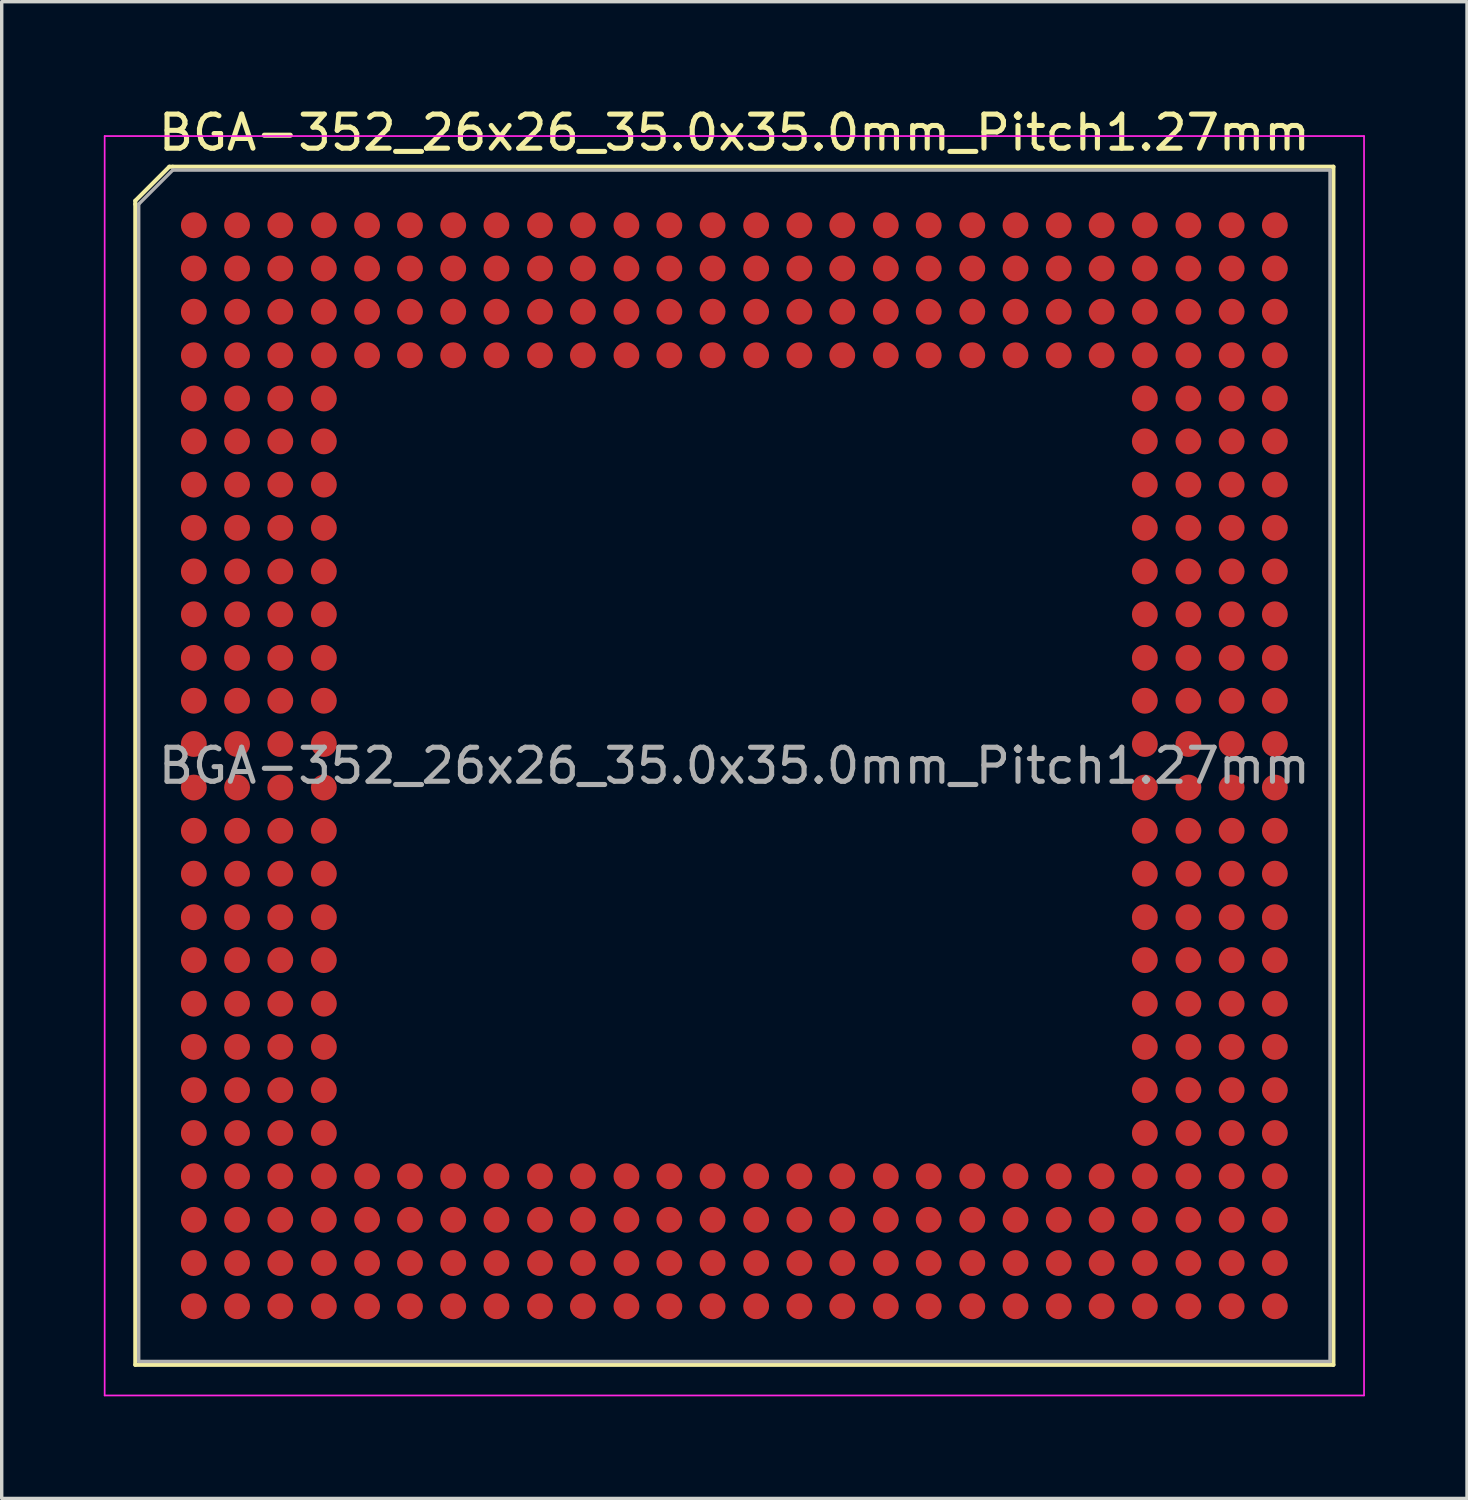
<source format=kicad_pcb>
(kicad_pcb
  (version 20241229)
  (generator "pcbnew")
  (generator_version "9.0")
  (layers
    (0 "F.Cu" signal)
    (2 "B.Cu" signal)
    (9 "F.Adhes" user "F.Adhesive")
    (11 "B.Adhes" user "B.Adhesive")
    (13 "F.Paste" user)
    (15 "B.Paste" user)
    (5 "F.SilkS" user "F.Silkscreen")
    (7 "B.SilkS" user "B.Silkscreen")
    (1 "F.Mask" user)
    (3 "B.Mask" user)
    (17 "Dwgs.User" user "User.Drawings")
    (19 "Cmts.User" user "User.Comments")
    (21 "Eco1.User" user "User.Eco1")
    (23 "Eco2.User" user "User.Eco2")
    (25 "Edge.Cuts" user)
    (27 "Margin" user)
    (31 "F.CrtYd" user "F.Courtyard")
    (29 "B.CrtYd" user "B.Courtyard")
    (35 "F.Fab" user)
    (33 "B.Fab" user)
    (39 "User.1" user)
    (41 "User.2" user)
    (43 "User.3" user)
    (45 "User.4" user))
  (footprint "BGA-352_26x26_35.0x35.0mm_Pitch1.27mm"
    (layer "F.Cu")
    (at 18.525 19.448)
    (property "Reference" "BGA-352_26x26_35.0x35.0mm_Pitch1.27mm" (at 0 -18.6 0) (layer "F.SilkS") (effects (font (size 1 1) (thickness 0.15))))
    (attr smd)
    (fp_line (start -17.6 -16.6) (end -16.6 -17.6) (stroke (width 0.12) (type solid)) (layer "F.SilkS"))
    (fp_line (start -17.6 -16.5) (end -17.6 -16.6) (stroke (width 0.12) (type solid)) (layer "F.SilkS"))
    (fp_line (start -17.6 17.6) (end -17.6 -16.5) (stroke (width 0.12) (type solid)) (layer "F.SilkS"))
    (fp_line (start -16.6 -17.6) (end -16.5 -17.6) (stroke (width 0.12) (type solid)) (layer "F.SilkS"))
    (fp_line (start -16.5 -17.6) (end 17.6 -17.6) (stroke (width 0.12) (type solid)) (layer "F.SilkS"))
    (fp_line (start 17.6 -17.6) (end 17.6 17.6) (stroke (width 0.12) (type solid)) (layer "F.SilkS"))
    (fp_line (start 17.6 17.6) (end -17.6 17.6) (stroke (width 0.12) (type solid)) (layer "F.SilkS"))
    (fp_line (start -18.5 -18.5) (end -18.5 18.5) (stroke (width 0.05) (type solid)) (layer "F.CrtYd"))
    (fp_line (start -18.5 -18.5) (end 18.5 -18.5) (stroke (width 0.05) (type solid)) (layer "F.CrtYd"))
    (fp_line (start 18.5 18.5) (end -18.5 18.5) (stroke (width 0.05) (type solid)) (layer "F.CrtYd"))
    (fp_line (start 18.5 18.5) (end 18.5 -18.5) (stroke (width 0.05) (type solid)) (layer "F.CrtYd"))
    (fp_line (start -17.5 -16.5) (end -17.5 17.5) (stroke (width 0.1) (type solid)) (layer "F.Fab"))
    (fp_line (start -17.5 17.5) (end 17.5 17.5) (stroke (width 0.1) (type solid)) (layer "F.Fab"))
    (fp_line (start -16.5 -17.5) (end -17.5 -16.5) (stroke (width 0.1) (type solid)) (layer "F.Fab"))
    (fp_line (start 17.5 -17.5) (end -16.5 -17.5) (stroke (width 0.1) (type solid)) (layer "F.Fab"))
    (fp_line (start 17.5 17.5) (end 17.5 -17.5) (stroke (width 0.1) (type solid)) (layer "F.Fab"))
    (fp_text user "${REFERENCE}" (at 0 0 0) (layer "F.Fab") (effects (font (size 1 1) (thickness 0.15))))
    (pad "A1" smd circle (at -15.88 -15.88) (size 0.76 0.76) (layers "F.Cu" "F.Mask" "F.Paste"))
    (pad "A2" smd circle (at -14.61 -15.88) (size 0.76 0.76) (layers "F.Cu" "F.Mask" "F.Paste"))
    (pad "A3" smd circle (at -13.34 -15.88) (size 0.76 0.76) (layers "F.Cu" "F.Mask" "F.Paste"))
    (pad "A4" smd circle (at -12.06 -15.88) (size 0.76 0.76) (layers "F.Cu" "F.Mask" "F.Paste"))
    (pad "A5" smd circle (at -10.79 -15.88) (size 0.76 0.76) (layers "F.Cu" "F.Mask" "F.Paste"))
    (pad "A6" smd circle (at -9.53 -15.88) (size 0.76 0.76) (layers "F.Cu" "F.Mask" "F.Paste"))
    (pad "A7" smd circle (at -8.26 -15.88) (size 0.76 0.76) (layers "F.Cu" "F.Mask" "F.Paste"))
    (pad "A8" smd circle (at -6.99 -15.88) (size 0.76 0.76) (layers "F.Cu" "F.Mask" "F.Paste"))
    (pad "A9" smd circle (at -5.71 -15.88) (size 0.76 0.76) (layers "F.Cu" "F.Mask" "F.Paste"))
    (pad "A10" smd circle (at -4.45 -15.88) (size 0.76 0.76) (layers "F.Cu" "F.Mask" "F.Paste"))
    (pad "A11" smd circle (at -3.17 -15.88) (size 0.76 0.76) (layers "F.Cu" "F.Mask" "F.Paste"))
    (pad "A12" smd circle (at -1.91 -15.88) (size 0.76 0.76) (layers "F.Cu" "F.Mask" "F.Paste"))
    (pad "A13" smd circle (at -0.64 -15.88) (size 0.76 0.76) (layers "F.Cu" "F.Mask" "F.Paste"))
    (pad "A14" smd circle (at 0.64 -15.88) (size 0.76 0.76) (layers "F.Cu" "F.Mask" "F.Paste"))
    (pad "A15" smd circle (at 1.91 -15.88) (size 0.76 0.76) (layers "F.Cu" "F.Mask" "F.Paste"))
    (pad "A16" smd circle (at 3.17 -15.88) (size 0.76 0.76) (layers "F.Cu" "F.Mask" "F.Paste"))
    (pad "A17" smd circle (at 4.45 -15.88) (size 0.76 0.76) (layers "F.Cu" "F.Mask" "F.Paste"))
    (pad "A18" smd circle (at 5.71 -15.88) (size 0.76 0.76) (layers "F.Cu" "F.Mask" "F.Paste"))
    (pad "A19" smd circle (at 6.99 -15.88) (size 0.76 0.76) (layers "F.Cu" "F.Mask" "F.Paste"))
    (pad "A20" smd circle (at 8.26 -15.88) (size 0.76 0.76) (layers "F.Cu" "F.Mask" "F.Paste"))
    (pad "A21" smd circle (at 9.53 -15.88) (size 0.76 0.76) (layers "F.Cu" "F.Mask" "F.Paste"))
    (pad "A22" smd circle (at 10.79 -15.88) (size 0.76 0.76) (layers "F.Cu" "F.Mask" "F.Paste"))
    (pad "A23" smd circle (at 12.06 -15.88) (size 0.76 0.76) (layers "F.Cu" "F.Mask" "F.Paste"))
    (pad "A24" smd circle (at 13.34 -15.88) (size 0.76 0.76) (layers "F.Cu" "F.Mask" "F.Paste"))
    (pad "A25" smd circle (at 14.61 -15.88) (size 0.76 0.76) (layers "F.Cu" "F.Mask" "F.Paste"))
    (pad "A26" smd circle (at 15.88 -15.88) (size 0.76 0.76) (layers "F.Cu" "F.Mask" "F.Paste"))
    (pad "AA1" smd circle (at -15.88 9.53) (size 0.76 0.76) (layers "F.Cu" "F.Mask" "F.Paste"))
    (pad "AA2" smd circle (at -14.61 9.53) (size 0.76 0.76) (layers "F.Cu" "F.Mask" "F.Paste"))
    (pad "AA3" smd circle (at -13.34 9.53) (size 0.76 0.76) (layers "F.Cu" "F.Mask" "F.Paste"))
    (pad "AA4" smd circle (at -12.06 9.53) (size 0.76 0.76) (layers "F.Cu" "F.Mask" "F.Paste"))
    (pad "AA23" smd circle (at 12.06 9.53) (size 0.76 0.76) (layers "F.Cu" "F.Mask" "F.Paste"))
    (pad "AA24" smd circle (at 13.34 9.53) (size 0.76 0.76) (layers "F.Cu" "F.Mask" "F.Paste"))
    (pad "AA25" smd circle (at 14.61 9.53) (size 0.76 0.76) (layers "F.Cu" "F.Mask" "F.Paste"))
    (pad "AA26" smd circle (at 15.88 9.53) (size 0.76 0.76) (layers "F.Cu" "F.Mask" "F.Paste"))
    (pad "AB1" smd circle (at -15.88 10.79) (size 0.76 0.76) (layers "F.Cu" "F.Mask" "F.Paste"))
    (pad "AB2" smd circle (at -14.61 10.79) (size 0.76 0.76) (layers "F.Cu" "F.Mask" "F.Paste"))
    (pad "AB3" smd circle (at -13.34 10.79) (size 0.76 0.76) (layers "F.Cu" "F.Mask" "F.Paste"))
    (pad "AB4" smd circle (at -12.06 10.79) (size 0.76 0.76) (layers "F.Cu" "F.Mask" "F.Paste"))
    (pad "AB23" smd circle (at 12.06 10.79) (size 0.76 0.76) (layers "F.Cu" "F.Mask" "F.Paste"))
    (pad "AB24" smd circle (at 13.34 10.79) (size 0.76 0.76) (layers "F.Cu" "F.Mask" "F.Paste"))
    (pad "AB25" smd circle (at 14.61 10.79) (size 0.76 0.76) (layers "F.Cu" "F.Mask" "F.Paste"))
    (pad "AB26" smd circle (at 15.88 10.79) (size 0.76 0.76) (layers "F.Cu" "F.Mask" "F.Paste"))
    (pad "AC1" smd circle (at -15.88 12.06) (size 0.76 0.76) (layers "F.Cu" "F.Mask" "F.Paste"))
    (pad "AC2" smd circle (at -14.61 12.06) (size 0.76 0.76) (layers "F.Cu" "F.Mask" "F.Paste"))
    (pad "AC3" smd circle (at -13.34 12.06) (size 0.76 0.76) (layers "F.Cu" "F.Mask" "F.Paste"))
    (pad "AC4" smd circle (at -12.06 12.06) (size 0.76 0.76) (layers "F.Cu" "F.Mask" "F.Paste"))
    (pad "AC5" smd circle (at -10.79 12.06) (size 0.76 0.76) (layers "F.Cu" "F.Mask" "F.Paste"))
    (pad "AC6" smd circle (at -9.53 12.06) (size 0.76 0.76) (layers "F.Cu" "F.Mask" "F.Paste"))
    (pad "AC7" smd circle (at -8.26 12.06) (size 0.76 0.76) (layers "F.Cu" "F.Mask" "F.Paste"))
    (pad "AC8" smd circle (at -6.99 12.06) (size 0.76 0.76) (layers "F.Cu" "F.Mask" "F.Paste"))
    (pad "AC9" smd circle (at -5.71 12.06) (size 0.76 0.76) (layers "F.Cu" "F.Mask" "F.Paste"))
    (pad "AC10" smd circle (at -4.45 12.06) (size 0.76 0.76) (layers "F.Cu" "F.Mask" "F.Paste"))
    (pad "AC11" smd circle (at -3.17 12.06) (size 0.76 0.76) (layers "F.Cu" "F.Mask" "F.Paste"))
    (pad "AC12" smd circle (at -1.91 12.06) (size 0.76 0.76) (layers "F.Cu" "F.Mask" "F.Paste"))
    (pad "AC13" smd circle (at -0.64 12.06) (size 0.76 0.76) (layers "F.Cu" "F.Mask" "F.Paste"))
    (pad "AC14" smd circle (at 0.64 12.06) (size 0.76 0.76) (layers "F.Cu" "F.Mask" "F.Paste"))
    (pad "AC15" smd circle (at 1.91 12.06) (size 0.76 0.76) (layers "F.Cu" "F.Mask" "F.Paste"))
    (pad "AC16" smd circle (at 3.17 12.06) (size 0.76 0.76) (layers "F.Cu" "F.Mask" "F.Paste"))
    (pad "AC17" smd circle (at 4.45 12.06) (size 0.76 0.76) (layers "F.Cu" "F.Mask" "F.Paste"))
    (pad "AC18" smd circle (at 5.71 12.06) (size 0.76 0.76) (layers "F.Cu" "F.Mask" "F.Paste"))
    (pad "AC19" smd circle (at 6.99 12.06) (size 0.76 0.76) (layers "F.Cu" "F.Mask" "F.Paste"))
    (pad "AC20" smd circle (at 8.26 12.06) (size 0.76 0.76) (layers "F.Cu" "F.Mask" "F.Paste"))
    (pad "AC21" smd circle (at 9.53 12.06) (size 0.76 0.76) (layers "F.Cu" "F.Mask" "F.Paste"))
    (pad "AC22" smd circle (at 10.79 12.06) (size 0.76 0.76) (layers "F.Cu" "F.Mask" "F.Paste"))
    (pad "AC23" smd circle (at 12.06 12.06) (size 0.76 0.76) (layers "F.Cu" "F.Mask" "F.Paste"))
    (pad "AC24" smd circle (at 13.34 12.06) (size 0.76 0.76) (layers "F.Cu" "F.Mask" "F.Paste"))
    (pad "AC25" smd circle (at 14.61 12.06) (size 0.76 0.76) (layers "F.Cu" "F.Mask" "F.Paste"))
    (pad "AC26" smd circle (at 15.88 12.06) (size 0.76 0.76) (layers "F.Cu" "F.Mask" "F.Paste"))
    (pad "AD1" smd circle (at -15.88 13.34) (size 0.76 0.76) (layers "F.Cu" "F.Mask" "F.Paste"))
    (pad "AD2" smd circle (at -14.61 13.34) (size 0.76 0.76) (layers "F.Cu" "F.Mask" "F.Paste"))
    (pad "AD3" smd circle (at -13.34 13.34) (size 0.76 0.76) (layers "F.Cu" "F.Mask" "F.Paste"))
    (pad "AD4" smd circle (at -12.06 13.34) (size 0.76 0.76) (layers "F.Cu" "F.Mask" "F.Paste"))
    (pad "AD5" smd circle (at -10.79 13.34) (size 0.76 0.76) (layers "F.Cu" "F.Mask" "F.Paste"))
    (pad "AD6" smd circle (at -9.53 13.34) (size 0.76 0.76) (layers "F.Cu" "F.Mask" "F.Paste"))
    (pad "AD7" smd circle (at -8.26 13.34) (size 0.76 0.76) (layers "F.Cu" "F.Mask" "F.Paste"))
    (pad "AD8" smd circle (at -6.99 13.34) (size 0.76 0.76) (layers "F.Cu" "F.Mask" "F.Paste"))
    (pad "AD9" smd circle (at -5.71 13.34) (size 0.76 0.76) (layers "F.Cu" "F.Mask" "F.Paste"))
    (pad "AD10" smd circle (at -4.45 13.34) (size 0.76 0.76) (layers "F.Cu" "F.Mask" "F.Paste"))
    (pad "AD11" smd circle (at -3.17 13.34) (size 0.76 0.76) (layers "F.Cu" "F.Mask" "F.Paste"))
    (pad "AD12" smd circle (at -1.91 13.34) (size 0.76 0.76) (layers "F.Cu" "F.Mask" "F.Paste"))
    (pad "AD13" smd circle (at -0.64 13.34) (size 0.76 0.76) (layers "F.Cu" "F.Mask" "F.Paste"))
    (pad "AD14" smd circle (at 0.64 13.34) (size 0.76 0.76) (layers "F.Cu" "F.Mask" "F.Paste"))
    (pad "AD15" smd circle (at 1.91 13.34) (size 0.76 0.76) (layers "F.Cu" "F.Mask" "F.Paste"))
    (pad "AD16" smd circle (at 3.17 13.34) (size 0.76 0.76) (layers "F.Cu" "F.Mask" "F.Paste"))
    (pad "AD17" smd circle (at 4.45 13.34) (size 0.76 0.76) (layers "F.Cu" "F.Mask" "F.Paste"))
    (pad "AD18" smd circle (at 5.71 13.34) (size 0.76 0.76) (layers "F.Cu" "F.Mask" "F.Paste"))
    (pad "AD19" smd circle (at 6.99 13.34) (size 0.76 0.76) (layers "F.Cu" "F.Mask" "F.Paste"))
    (pad "AD20" smd circle (at 8.26 13.34) (size 0.76 0.76) (layers "F.Cu" "F.Mask" "F.Paste"))
    (pad "AD21" smd circle (at 9.53 13.34) (size 0.76 0.76) (layers "F.Cu" "F.Mask" "F.Paste"))
    (pad "AD22" smd circle (at 10.79 13.34) (size 0.76 0.76) (layers "F.Cu" "F.Mask" "F.Paste"))
    (pad "AD23" smd circle (at 12.06 13.34) (size 0.76 0.76) (layers "F.Cu" "F.Mask" "F.Paste"))
    (pad "AD24" smd circle (at 13.34 13.34) (size 0.76 0.76) (layers "F.Cu" "F.Mask" "F.Paste"))
    (pad "AD25" smd circle (at 14.61 13.34) (size 0.76 0.76) (layers "F.Cu" "F.Mask" "F.Paste"))
    (pad "AD26" smd circle (at 15.88 13.34) (size 0.76 0.76) (layers "F.Cu" "F.Mask" "F.Paste"))
    (pad "AE1" smd circle (at -15.88 14.61) (size 0.76 0.76) (layers "F.Cu" "F.Mask" "F.Paste"))
    (pad "AE2" smd circle (at -14.61 14.61) (size 0.76 0.76) (layers "F.Cu" "F.Mask" "F.Paste"))
    (pad "AE3" smd circle (at -13.34 14.61) (size 0.76 0.76) (layers "F.Cu" "F.Mask" "F.Paste"))
    (pad "AE4" smd circle (at -12.06 14.61) (size 0.76 0.76) (layers "F.Cu" "F.Mask" "F.Paste"))
    (pad "AE5" smd circle (at -10.79 14.61) (size 0.76 0.76) (layers "F.Cu" "F.Mask" "F.Paste"))
    (pad "AE6" smd circle (at -9.53 14.61) (size 0.76 0.76) (layers "F.Cu" "F.Mask" "F.Paste"))
    (pad "AE7" smd circle (at -8.26 14.61) (size 0.76 0.76) (layers "F.Cu" "F.Mask" "F.Paste"))
    (pad "AE8" smd circle (at -6.99 14.61) (size 0.76 0.76) (layers "F.Cu" "F.Mask" "F.Paste"))
    (pad "AE9" smd circle (at -5.71 14.61) (size 0.76 0.76) (layers "F.Cu" "F.Mask" "F.Paste"))
    (pad "AE10" smd circle (at -4.45 14.61) (size 0.76 0.76) (layers "F.Cu" "F.Mask" "F.Paste"))
    (pad "AE11" smd circle (at -3.17 14.61) (size 0.76 0.76) (layers "F.Cu" "F.Mask" "F.Paste"))
    (pad "AE12" smd circle (at -1.91 14.61) (size 0.76 0.76) (layers "F.Cu" "F.Mask" "F.Paste"))
    (pad "AE13" smd circle (at -0.64 14.61) (size 0.76 0.76) (layers "F.Cu" "F.Mask" "F.Paste"))
    (pad "AE14" smd circle (at 0.64 14.61) (size 0.76 0.76) (layers "F.Cu" "F.Mask" "F.Paste"))
    (pad "AE15" smd circle (at 1.91 14.61) (size 0.76 0.76) (layers "F.Cu" "F.Mask" "F.Paste"))
    (pad "AE16" smd circle (at 3.17 14.61) (size 0.76 0.76) (layers "F.Cu" "F.Mask" "F.Paste"))
    (pad "AE17" smd circle (at 4.45 14.61) (size 0.76 0.76) (layers "F.Cu" "F.Mask" "F.Paste"))
    (pad "AE18" smd circle (at 5.71 14.61) (size 0.76 0.76) (layers "F.Cu" "F.Mask" "F.Paste"))
    (pad "AE19" smd circle (at 6.99 14.61) (size 0.76 0.76) (layers "F.Cu" "F.Mask" "F.Paste"))
    (pad "AE20" smd circle (at 8.26 14.61) (size 0.76 0.76) (layers "F.Cu" "F.Mask" "F.Paste"))
    (pad "AE21" smd circle (at 9.53 14.61) (size 0.76 0.76) (layers "F.Cu" "F.Mask" "F.Paste"))
    (pad "AE22" smd circle (at 10.79 14.61) (size 0.76 0.76) (layers "F.Cu" "F.Mask" "F.Paste"))
    (pad "AE23" smd circle (at 12.06 14.61) (size 0.76 0.76) (layers "F.Cu" "F.Mask" "F.Paste"))
    (pad "AE24" smd circle (at 13.34 14.61) (size 0.76 0.76) (layers "F.Cu" "F.Mask" "F.Paste"))
    (pad "AE25" smd circle (at 14.61 14.61) (size 0.76 0.76) (layers "F.Cu" "F.Mask" "F.Paste"))
    (pad "AE26" smd circle (at 15.88 14.61) (size 0.76 0.76) (layers "F.Cu" "F.Mask" "F.Paste"))
    (pad "AF1" smd circle (at -15.88 15.88) (size 0.76 0.76) (layers "F.Cu" "F.Mask" "F.Paste"))
    (pad "AF2" smd circle (at -14.61 15.88) (size 0.76 0.76) (layers "F.Cu" "F.Mask" "F.Paste"))
    (pad "AF3" smd circle (at -13.34 15.88) (size 0.76 0.76) (layers "F.Cu" "F.Mask" "F.Paste"))
    (pad "AF4" smd circle (at -12.06 15.88) (size 0.76 0.76) (layers "F.Cu" "F.Mask" "F.Paste"))
    (pad "AF5" smd circle (at -10.79 15.88) (size 0.76 0.76) (layers "F.Cu" "F.Mask" "F.Paste"))
    (pad "AF6" smd circle (at -9.53 15.88) (size 0.76 0.76) (layers "F.Cu" "F.Mask" "F.Paste"))
    (pad "AF7" smd circle (at -8.26 15.88) (size 0.76 0.76) (layers "F.Cu" "F.Mask" "F.Paste"))
    (pad "AF8" smd circle (at -6.99 15.88) (size 0.76 0.76) (layers "F.Cu" "F.Mask" "F.Paste"))
    (pad "AF9" smd circle (at -5.71 15.88) (size 0.76 0.76) (layers "F.Cu" "F.Mask" "F.Paste"))
    (pad "AF10" smd circle (at -4.45 15.88) (size 0.76 0.76) (layers "F.Cu" "F.Mask" "F.Paste"))
    (pad "AF11" smd circle (at -3.17 15.88) (size 0.76 0.76) (layers "F.Cu" "F.Mask" "F.Paste"))
    (pad "AF12" smd circle (at -1.91 15.88) (size 0.76 0.76) (layers "F.Cu" "F.Mask" "F.Paste"))
    (pad "AF13" smd circle (at -0.64 15.88) (size 0.76 0.76) (layers "F.Cu" "F.Mask" "F.Paste"))
    (pad "AF14" smd circle (at 0.64 15.88) (size 0.76 0.76) (layers "F.Cu" "F.Mask" "F.Paste"))
    (pad "AF15" smd circle (at 1.91 15.88) (size 0.76 0.76) (layers "F.Cu" "F.Mask" "F.Paste"))
    (pad "AF16" smd circle (at 3.17 15.88) (size 0.76 0.76) (layers "F.Cu" "F.Mask" "F.Paste"))
    (pad "AF17" smd circle (at 4.45 15.88) (size 0.76 0.76) (layers "F.Cu" "F.Mask" "F.Paste"))
    (pad "AF18" smd circle (at 5.71 15.88) (size 0.76 0.76) (layers "F.Cu" "F.Mask" "F.Paste"))
    (pad "AF19" smd circle (at 6.99 15.88) (size 0.76 0.76) (layers "F.Cu" "F.Mask" "F.Paste"))
    (pad "AF20" smd circle (at 8.26 15.88) (size 0.76 0.76) (layers "F.Cu" "F.Mask" "F.Paste"))
    (pad "AF21" smd circle (at 9.53 15.88) (size 0.76 0.76) (layers "F.Cu" "F.Mask" "F.Paste"))
    (pad "AF22" smd circle (at 10.79 15.88) (size 0.76 0.76) (layers "F.Cu" "F.Mask" "F.Paste"))
    (pad "AF23" smd circle (at 12.06 15.88) (size 0.76 0.76) (layers "F.Cu" "F.Mask" "F.Paste"))
    (pad "AF24" smd circle (at 13.34 15.88) (size 0.76 0.76) (layers "F.Cu" "F.Mask" "F.Paste"))
    (pad "AF25" smd circle (at 14.61 15.88) (size 0.76 0.76) (layers "F.Cu" "F.Mask" "F.Paste"))
    (pad "AF26" smd circle (at 15.88 15.88) (size 0.76 0.76) (layers "F.Cu" "F.Mask" "F.Paste"))
    (pad "B1" smd circle (at -15.88 -14.61) (size 0.76 0.76) (layers "F.Cu" "F.Mask" "F.Paste"))
    (pad "B2" smd circle (at -14.61 -14.61) (size 0.76 0.76) (layers "F.Cu" "F.Mask" "F.Paste"))
    (pad "B3" smd circle (at -13.34 -14.61) (size 0.76 0.76) (layers "F.Cu" "F.Mask" "F.Paste"))
    (pad "B4" smd circle (at -12.06 -14.61) (size 0.76 0.76) (layers "F.Cu" "F.Mask" "F.Paste"))
    (pad "B5" smd circle (at -10.79 -14.61) (size 0.76 0.76) (layers "F.Cu" "F.Mask" "F.Paste"))
    (pad "B6" smd circle (at -9.53 -14.61) (size 0.76 0.76) (layers "F.Cu" "F.Mask" "F.Paste"))
    (pad "B7" smd circle (at -8.26 -14.61) (size 0.76 0.76) (layers "F.Cu" "F.Mask" "F.Paste"))
    (pad "B8" smd circle (at -6.99 -14.61) (size 0.76 0.76) (layers "F.Cu" "F.Mask" "F.Paste"))
    (pad "B9" smd circle (at -5.71 -14.61) (size 0.76 0.76) (layers "F.Cu" "F.Mask" "F.Paste"))
    (pad "B10" smd circle (at -4.45 -14.61) (size 0.76 0.76) (layers "F.Cu" "F.Mask" "F.Paste"))
    (pad "B11" smd circle (at -3.17 -14.61) (size 0.76 0.76) (layers "F.Cu" "F.Mask" "F.Paste"))
    (pad "B12" smd circle (at -1.91 -14.61) (size 0.76 0.76) (layers "F.Cu" "F.Mask" "F.Paste"))
    (pad "B13" smd circle (at -0.64 -14.61) (size 0.76 0.76) (layers "F.Cu" "F.Mask" "F.Paste"))
    (pad "B14" smd circle (at 0.64 -14.61) (size 0.76 0.76) (layers "F.Cu" "F.Mask" "F.Paste"))
    (pad "B15" smd circle (at 1.91 -14.61) (size 0.76 0.76) (layers "F.Cu" "F.Mask" "F.Paste"))
    (pad "B16" smd circle (at 3.17 -14.61) (size 0.76 0.76) (layers "F.Cu" "F.Mask" "F.Paste"))
    (pad "B17" smd circle (at 4.45 -14.61) (size 0.76 0.76) (layers "F.Cu" "F.Mask" "F.Paste"))
    (pad "B18" smd circle (at 5.71 -14.61) (size 0.76 0.76) (layers "F.Cu" "F.Mask" "F.Paste"))
    (pad "B19" smd circle (at 6.99 -14.61) (size 0.76 0.76) (layers "F.Cu" "F.Mask" "F.Paste"))
    (pad "B20" smd circle (at 8.26 -14.61) (size 0.76 0.76) (layers "F.Cu" "F.Mask" "F.Paste"))
    (pad "B21" smd circle (at 9.53 -14.61) (size 0.76 0.76) (layers "F.Cu" "F.Mask" "F.Paste"))
    (pad "B22" smd circle (at 10.79 -14.61) (size 0.76 0.76) (layers "F.Cu" "F.Mask" "F.Paste"))
    (pad "B23" smd circle (at 12.06 -14.61) (size 0.76 0.76) (layers "F.Cu" "F.Mask" "F.Paste"))
    (pad "B24" smd circle (at 13.34 -14.61) (size 0.76 0.76) (layers "F.Cu" "F.Mask" "F.Paste"))
    (pad "B25" smd circle (at 14.61 -14.61) (size 0.76 0.76) (layers "F.Cu" "F.Mask" "F.Paste"))
    (pad "B26" smd circle (at 15.88 -14.61) (size 0.76 0.76) (layers "F.Cu" "F.Mask" "F.Paste"))
    (pad "C1" smd circle (at -15.88 -13.34) (size 0.76 0.76) (layers "F.Cu" "F.Mask" "F.Paste"))
    (pad "C2" smd circle (at -14.61 -13.34) (size 0.76 0.76) (layers "F.Cu" "F.Mask" "F.Paste"))
    (pad "C3" smd circle (at -13.34 -13.34) (size 0.76 0.76) (layers "F.Cu" "F.Mask" "F.Paste"))
    (pad "C4" smd circle (at -12.06 -13.34) (size 0.76 0.76) (layers "F.Cu" "F.Mask" "F.Paste"))
    (pad "C5" smd circle (at -10.79 -13.34) (size 0.76 0.76) (layers "F.Cu" "F.Mask" "F.Paste"))
    (pad "C6" smd circle (at -9.53 -13.34) (size 0.76 0.76) (layers "F.Cu" "F.Mask" "F.Paste"))
    (pad "C7" smd circle (at -8.26 -13.34) (size 0.76 0.76) (layers "F.Cu" "F.Mask" "F.Paste"))
    (pad "C8" smd circle (at -6.99 -13.34) (size 0.76 0.76) (layers "F.Cu" "F.Mask" "F.Paste"))
    (pad "C9" smd circle (at -5.71 -13.34) (size 0.76 0.76) (layers "F.Cu" "F.Mask" "F.Paste"))
    (pad "C10" smd circle (at -4.45 -13.34) (size 0.76 0.76) (layers "F.Cu" "F.Mask" "F.Paste"))
    (pad "C11" smd circle (at -3.17 -13.34) (size 0.76 0.76) (layers "F.Cu" "F.Mask" "F.Paste"))
    (pad "C12" smd circle (at -1.91 -13.34) (size 0.76 0.76) (layers "F.Cu" "F.Mask" "F.Paste"))
    (pad "C13" smd circle (at -0.64 -13.34) (size 0.76 0.76) (layers "F.Cu" "F.Mask" "F.Paste"))
    (pad "C14" smd circle (at 0.64 -13.34) (size 0.76 0.76) (layers "F.Cu" "F.Mask" "F.Paste"))
    (pad "C15" smd circle (at 1.91 -13.34) (size 0.76 0.76) (layers "F.Cu" "F.Mask" "F.Paste"))
    (pad "C16" smd circle (at 3.17 -13.34) (size 0.76 0.76) (layers "F.Cu" "F.Mask" "F.Paste"))
    (pad "C17" smd circle (at 4.45 -13.34) (size 0.76 0.76) (layers "F.Cu" "F.Mask" "F.Paste"))
    (pad "C18" smd circle (at 5.71 -13.34) (size 0.76 0.76) (layers "F.Cu" "F.Mask" "F.Paste"))
    (pad "C19" smd circle (at 6.99 -13.34) (size 0.76 0.76) (layers "F.Cu" "F.Mask" "F.Paste"))
    (pad "C20" smd circle (at 8.26 -13.34) (size 0.76 0.76) (layers "F.Cu" "F.Mask" "F.Paste"))
    (pad "C21" smd circle (at 9.53 -13.34) (size 0.76 0.76) (layers "F.Cu" "F.Mask" "F.Paste"))
    (pad "C22" smd circle (at 10.79 -13.34) (size 0.76 0.76) (layers "F.Cu" "F.Mask" "F.Paste"))
    (pad "C23" smd circle (at 12.06 -13.34) (size 0.76 0.76) (layers "F.Cu" "F.Mask" "F.Paste"))
    (pad "C24" smd circle (at 13.34 -13.34) (size 0.76 0.76) (layers "F.Cu" "F.Mask" "F.Paste"))
    (pad "C25" smd circle (at 14.61 -13.34) (size 0.76 0.76) (layers "F.Cu" "F.Mask" "F.Paste"))
    (pad "C26" smd circle (at 15.88 -13.34) (size 0.76 0.76) (layers "F.Cu" "F.Mask" "F.Paste"))
    (pad "D1" smd circle (at -15.88 -12.06) (size 0.76 0.76) (layers "F.Cu" "F.Mask" "F.Paste"))
    (pad "D2" smd circle (at -14.61 -12.06) (size 0.76 0.76) (layers "F.Cu" "F.Mask" "F.Paste"))
    (pad "D3" smd circle (at -13.34 -12.06) (size 0.76 0.76) (layers "F.Cu" "F.Mask" "F.Paste"))
    (pad "D4" smd circle (at -12.06 -12.06) (size 0.76 0.76) (layers "F.Cu" "F.Mask" "F.Paste"))
    (pad "D5" smd circle (at -10.79 -12.06) (size 0.76 0.76) (layers "F.Cu" "F.Mask" "F.Paste"))
    (pad "D6" smd circle (at -9.53 -12.06) (size 0.76 0.76) (layers "F.Cu" "F.Mask" "F.Paste"))
    (pad "D7" smd circle (at -8.26 -12.06) (size 0.76 0.76) (layers "F.Cu" "F.Mask" "F.Paste"))
    (pad "D8" smd circle (at -6.99 -12.06) (size 0.76 0.76) (layers "F.Cu" "F.Mask" "F.Paste"))
    (pad "D9" smd circle (at -5.71 -12.06) (size 0.76 0.76) (layers "F.Cu" "F.Mask" "F.Paste"))
    (pad "D10" smd circle (at -4.45 -12.06) (size 0.76 0.76) (layers "F.Cu" "F.Mask" "F.Paste"))
    (pad "D11" smd circle (at -3.17 -12.06) (size 0.76 0.76) (layers "F.Cu" "F.Mask" "F.Paste"))
    (pad "D12" smd circle (at -1.91 -12.06) (size 0.76 0.76) (layers "F.Cu" "F.Mask" "F.Paste"))
    (pad "D13" smd circle (at -0.64 -12.06) (size 0.76 0.76) (layers "F.Cu" "F.Mask" "F.Paste"))
    (pad "D14" smd circle (at 0.64 -12.06) (size 0.76 0.76) (layers "F.Cu" "F.Mask" "F.Paste"))
    (pad "D15" smd circle (at 1.91 -12.06) (size 0.76 0.76) (layers "F.Cu" "F.Mask" "F.Paste"))
    (pad "D16" smd circle (at 3.17 -12.06) (size 0.76 0.76) (layers "F.Cu" "F.Mask" "F.Paste"))
    (pad "D17" smd circle (at 4.45 -12.06) (size 0.76 0.76) (layers "F.Cu" "F.Mask" "F.Paste"))
    (pad "D18" smd circle (at 5.71 -12.06) (size 0.76 0.76) (layers "F.Cu" "F.Mask" "F.Paste"))
    (pad "D19" smd circle (at 6.99 -12.06) (size 0.76 0.76) (layers "F.Cu" "F.Mask" "F.Paste"))
    (pad "D20" smd circle (at 8.26 -12.06) (size 0.76 0.76) (layers "F.Cu" "F.Mask" "F.Paste"))
    (pad "D21" smd circle (at 9.53 -12.06) (size 0.76 0.76) (layers "F.Cu" "F.Mask" "F.Paste"))
    (pad "D22" smd circle (at 10.79 -12.06) (size 0.76 0.76) (layers "F.Cu" "F.Mask" "F.Paste"))
    (pad "D23" smd circle (at 12.06 -12.06) (size 0.76 0.76) (layers "F.Cu" "F.Mask" "F.Paste"))
    (pad "D24" smd circle (at 13.34 -12.06) (size 0.76 0.76) (layers "F.Cu" "F.Mask" "F.Paste"))
    (pad "D25" smd circle (at 14.61 -12.06) (size 0.76 0.76) (layers "F.Cu" "F.Mask" "F.Paste"))
    (pad "D26" smd circle (at 15.88 -12.06) (size 0.76 0.76) (layers "F.Cu" "F.Mask" "F.Paste"))
    (pad "E1" smd circle (at -15.88 -10.79) (size 0.76 0.76) (layers "F.Cu" "F.Mask" "F.Paste"))
    (pad "E2" smd circle (at -14.61 -10.79) (size 0.76 0.76) (layers "F.Cu" "F.Mask" "F.Paste"))
    (pad "E3" smd circle (at -13.34 -10.79) (size 0.76 0.76) (layers "F.Cu" "F.Mask" "F.Paste"))
    (pad "E4" smd circle (at -12.06 -10.79) (size 0.76 0.76) (layers "F.Cu" "F.Mask" "F.Paste"))
    (pad "E23" smd circle (at 12.06 -10.79) (size 0.76 0.76) (layers "F.Cu" "F.Mask" "F.Paste"))
    (pad "E24" smd circle (at 13.34 -10.79) (size 0.76 0.76) (layers "F.Cu" "F.Mask" "F.Paste"))
    (pad "E25" smd circle (at 14.61 -10.79) (size 0.76 0.76) (layers "F.Cu" "F.Mask" "F.Paste"))
    (pad "E26" smd circle (at 15.88 -10.79) (size 0.76 0.76) (layers "F.Cu" "F.Mask" "F.Paste"))
    (pad "F1" smd circle (at -15.88 -9.53) (size 0.76 0.76) (layers "F.Cu" "F.Mask" "F.Paste"))
    (pad "F2" smd circle (at -14.61 -9.53) (size 0.76 0.76) (layers "F.Cu" "F.Mask" "F.Paste"))
    (pad "F3" smd circle (at -13.34 -9.53) (size 0.76 0.76) (layers "F.Cu" "F.Mask" "F.Paste"))
    (pad "F4" smd circle (at -12.06 -9.53) (size 0.76 0.76) (layers "F.Cu" "F.Mask" "F.Paste"))
    (pad "F23" smd circle (at 12.06 -9.53) (size 0.76 0.76) (layers "F.Cu" "F.Mask" "F.Paste"))
    (pad "F24" smd circle (at 13.34 -9.53) (size 0.76 0.76) (layers "F.Cu" "F.Mask" "F.Paste"))
    (pad "F25" smd circle (at 14.61 -9.53) (size 0.76 0.76) (layers "F.Cu" "F.Mask" "F.Paste"))
    (pad "F26" smd circle (at 15.88 -9.53) (size 0.76 0.76) (layers "F.Cu" "F.Mask" "F.Paste"))
    (pad "G1" smd circle (at -15.88 -8.26) (size 0.76 0.76) (layers "F.Cu" "F.Mask" "F.Paste"))
    (pad "G2" smd circle (at -14.61 -8.26) (size 0.76 0.76) (layers "F.Cu" "F.Mask" "F.Paste"))
    (pad "G3" smd circle (at -13.34 -8.26) (size 0.76 0.76) (layers "F.Cu" "F.Mask" "F.Paste"))
    (pad "G4" smd circle (at -12.06 -8.26) (size 0.76 0.76) (layers "F.Cu" "F.Mask" "F.Paste"))
    (pad "G23" smd circle (at 12.06 -8.26) (size 0.76 0.76) (layers "F.Cu" "F.Mask" "F.Paste"))
    (pad "G24" smd circle (at 13.34 -8.26) (size 0.76 0.76) (layers "F.Cu" "F.Mask" "F.Paste"))
    (pad "G25" smd circle (at 14.61 -8.26) (size 0.76 0.76) (layers "F.Cu" "F.Mask" "F.Paste"))
    (pad "G26" smd circle (at 15.88 -8.26) (size 0.76 0.76) (layers "F.Cu" "F.Mask" "F.Paste"))
    (pad "H1" smd circle (at -15.88 -6.99) (size 0.76 0.76) (layers "F.Cu" "F.Mask" "F.Paste"))
    (pad "H2" smd circle (at -14.61 -6.99) (size 0.76 0.76) (layers "F.Cu" "F.Mask" "F.Paste"))
    (pad "H3" smd circle (at -13.34 -6.99) (size 0.76 0.76) (layers "F.Cu" "F.Mask" "F.Paste"))
    (pad "H4" smd circle (at -12.06 -6.99) (size 0.76 0.76) (layers "F.Cu" "F.Mask" "F.Paste"))
    (pad "H23" smd circle (at 12.06 -6.99) (size 0.76 0.76) (layers "F.Cu" "F.Mask" "F.Paste"))
    (pad "H24" smd circle (at 13.34 -6.99) (size 0.76 0.76) (layers "F.Cu" "F.Mask" "F.Paste"))
    (pad "H25" smd circle (at 14.61 -6.99) (size 0.76 0.76) (layers "F.Cu" "F.Mask" "F.Paste"))
    (pad "H26" smd circle (at 15.88 -6.99) (size 0.76 0.76) (layers "F.Cu" "F.Mask" "F.Paste"))
    (pad "J1" smd circle (at -15.88 -5.71) (size 0.76 0.76) (layers "F.Cu" "F.Mask" "F.Paste"))
    (pad "J2" smd circle (at -14.61 -5.71) (size 0.76 0.76) (layers "F.Cu" "F.Mask" "F.Paste"))
    (pad "J3" smd circle (at -13.34 -5.71) (size 0.76 0.76) (layers "F.Cu" "F.Mask" "F.Paste"))
    (pad "J4" smd circle (at -12.06 -5.71) (size 0.76 0.76) (layers "F.Cu" "F.Mask" "F.Paste"))
    (pad "J23" smd circle (at 12.06 -5.71) (size 0.76 0.76) (layers "F.Cu" "F.Mask" "F.Paste"))
    (pad "J24" smd circle (at 13.34 -5.71) (size 0.76 0.76) (layers "F.Cu" "F.Mask" "F.Paste"))
    (pad "J25" smd circle (at 14.61 -5.71) (size 0.76 0.76) (layers "F.Cu" "F.Mask" "F.Paste"))
    (pad "J26" smd circle (at 15.88 -5.71) (size 0.76 0.76) (layers "F.Cu" "F.Mask" "F.Paste"))
    (pad "K1" smd circle (at -15.88 -4.45) (size 0.76 0.76) (layers "F.Cu" "F.Mask" "F.Paste"))
    (pad "K2" smd circle (at -14.61 -4.45) (size 0.76 0.76) (layers "F.Cu" "F.Mask" "F.Paste"))
    (pad "K3" smd circle (at -13.34 -4.45) (size 0.76 0.76) (layers "F.Cu" "F.Mask" "F.Paste"))
    (pad "K4" smd circle (at -12.06 -4.45) (size 0.76 0.76) (layers "F.Cu" "F.Mask" "F.Paste"))
    (pad "K23" smd circle (at 12.06 -4.45) (size 0.76 0.76) (layers "F.Cu" "F.Mask" "F.Paste"))
    (pad "K24" smd circle (at 13.34 -4.45) (size 0.76 0.76) (layers "F.Cu" "F.Mask" "F.Paste"))
    (pad "K25" smd circle (at 14.61 -4.45) (size 0.76 0.76) (layers "F.Cu" "F.Mask" "F.Paste"))
    (pad "K26" smd circle (at 15.88 -4.45) (size 0.76 0.76) (layers "F.Cu" "F.Mask" "F.Paste"))
    (pad "L1" smd circle (at -15.88 -3.17) (size 0.76 0.76) (layers "F.Cu" "F.Mask" "F.Paste"))
    (pad "L2" smd circle (at -14.61 -3.17) (size 0.76 0.76) (layers "F.Cu" "F.Mask" "F.Paste"))
    (pad "L3" smd circle (at -13.34 -3.17) (size 0.76 0.76) (layers "F.Cu" "F.Mask" "F.Paste"))
    (pad "L4" smd circle (at -12.06 -3.17) (size 0.76 0.76) (layers "F.Cu" "F.Mask" "F.Paste"))
    (pad "L23" smd circle (at 12.06 -3.17) (size 0.76 0.76) (layers "F.Cu" "F.Mask" "F.Paste"))
    (pad "L24" smd circle (at 13.34 -3.17) (size 0.76 0.76) (layers "F.Cu" "F.Mask" "F.Paste"))
    (pad "L25" smd circle (at 14.61 -3.17) (size 0.76 0.76) (layers "F.Cu" "F.Mask" "F.Paste"))
    (pad "L26" smd circle (at 15.88 -3.17) (size 0.76 0.76) (layers "F.Cu" "F.Mask" "F.Paste"))
    (pad "M1" smd circle (at -15.88 -1.91) (size 0.76 0.76) (layers "F.Cu" "F.Mask" "F.Paste"))
    (pad "M2" smd circle (at -14.61 -1.91) (size 0.76 0.76) (layers "F.Cu" "F.Mask" "F.Paste"))
    (pad "M3" smd circle (at -13.34 -1.91) (size 0.76 0.76) (layers "F.Cu" "F.Mask" "F.Paste"))
    (pad "M4" smd circle (at -12.06 -1.91) (size 0.76 0.76) (layers "F.Cu" "F.Mask" "F.Paste"))
    (pad "M23" smd circle (at 12.06 -1.91) (size 0.76 0.76) (layers "F.Cu" "F.Mask" "F.Paste"))
    (pad "M24" smd circle (at 13.34 -1.91) (size 0.76 0.76) (layers "F.Cu" "F.Mask" "F.Paste"))
    (pad "M25" smd circle (at 14.61 -1.91) (size 0.76 0.76) (layers "F.Cu" "F.Mask" "F.Paste"))
    (pad "M26" smd circle (at 15.88 -1.91) (size 0.76 0.76) (layers "F.Cu" "F.Mask" "F.Paste"))
    (pad "N1" smd circle (at -15.88 -0.64) (size 0.76 0.76) (layers "F.Cu" "F.Mask" "F.Paste"))
    (pad "N2" smd circle (at -14.61 -0.64) (size 0.76 0.76) (layers "F.Cu" "F.Mask" "F.Paste"))
    (pad "N3" smd circle (at -13.34 -0.64) (size 0.76 0.76) (layers "F.Cu" "F.Mask" "F.Paste"))
    (pad "N4" smd circle (at -12.06 -0.64) (size 0.76 0.76) (layers "F.Cu" "F.Mask" "F.Paste"))
    (pad "N23" smd circle (at 12.06 -0.64) (size 0.76 0.76) (layers "F.Cu" "F.Mask" "F.Paste"))
    (pad "N24" smd circle (at 13.34 -0.64) (size 0.76 0.76) (layers "F.Cu" "F.Mask" "F.Paste"))
    (pad "N25" smd circle (at 14.61 -0.64) (size 0.76 0.76) (layers "F.Cu" "F.Mask" "F.Paste"))
    (pad "N26" smd circle (at 15.88 -0.64) (size 0.76 0.76) (layers "F.Cu" "F.Mask" "F.Paste"))
    (pad "P1" smd circle (at -15.88 0.64) (size 0.76 0.76) (layers "F.Cu" "F.Mask" "F.Paste"))
    (pad "P2" smd circle (at -14.61 0.64) (size 0.76 0.76) (layers "F.Cu" "F.Mask" "F.Paste"))
    (pad "P3" smd circle (at -13.34 0.64) (size 0.76 0.76) (layers "F.Cu" "F.Mask" "F.Paste"))
    (pad "P4" smd circle (at -12.06 0.64) (size 0.76 0.76) (layers "F.Cu" "F.Mask" "F.Paste"))
    (pad "P23" smd circle (at 12.06 0.64) (size 0.76 0.76) (layers "F.Cu" "F.Mask" "F.Paste"))
    (pad "P24" smd circle (at 13.34 0.64) (size 0.76 0.76) (layers "F.Cu" "F.Mask" "F.Paste"))
    (pad "P25" smd circle (at 14.61 0.64) (size 0.76 0.76) (layers "F.Cu" "F.Mask" "F.Paste"))
    (pad "P26" smd circle (at 15.88 0.64) (size 0.76 0.76) (layers "F.Cu" "F.Mask" "F.Paste"))
    (pad "R1" smd circle (at -15.88 1.91) (size 0.76 0.76) (layers "F.Cu" "F.Mask" "F.Paste"))
    (pad "R2" smd circle (at -14.61 1.91) (size 0.76 0.76) (layers "F.Cu" "F.Mask" "F.Paste"))
    (pad "R3" smd circle (at -13.34 1.91) (size 0.76 0.76) (layers "F.Cu" "F.Mask" "F.Paste"))
    (pad "R4" smd circle (at -12.06 1.91) (size 0.76 0.76) (layers "F.Cu" "F.Mask" "F.Paste"))
    (pad "R23" smd circle (at 12.06 1.91) (size 0.76 0.76) (layers "F.Cu" "F.Mask" "F.Paste"))
    (pad "R24" smd circle (at 13.34 1.91) (size 0.76 0.76) (layers "F.Cu" "F.Mask" "F.Paste"))
    (pad "R25" smd circle (at 14.61 1.91) (size 0.76 0.76) (layers "F.Cu" "F.Mask" "F.Paste"))
    (pad "R26" smd circle (at 15.88 1.91) (size 0.76 0.76) (layers "F.Cu" "F.Mask" "F.Paste"))
    (pad "T1" smd circle (at -15.88 3.17) (size 0.76 0.76) (layers "F.Cu" "F.Mask" "F.Paste"))
    (pad "T2" smd circle (at -14.61 3.17) (size 0.76 0.76) (layers "F.Cu" "F.Mask" "F.Paste"))
    (pad "T3" smd circle (at -13.34 3.17) (size 0.76 0.76) (layers "F.Cu" "F.Mask" "F.Paste"))
    (pad "T4" smd circle (at -12.06 3.17) (size 0.76 0.76) (layers "F.Cu" "F.Mask" "F.Paste"))
    (pad "T23" smd circle (at 12.06 3.17) (size 0.76 0.76) (layers "F.Cu" "F.Mask" "F.Paste"))
    (pad "T24" smd circle (at 13.34 3.17) (size 0.76 0.76) (layers "F.Cu" "F.Mask" "F.Paste"))
    (pad "T25" smd circle (at 14.61 3.17) (size 0.76 0.76) (layers "F.Cu" "F.Mask" "F.Paste"))
    (pad "T26" smd circle (at 15.88 3.17) (size 0.76 0.76) (layers "F.Cu" "F.Mask" "F.Paste"))
    (pad "U1" smd circle (at -15.88 4.45) (size 0.76 0.76) (layers "F.Cu" "F.Mask" "F.Paste"))
    (pad "U2" smd circle (at -14.61 4.45) (size 0.76 0.76) (layers "F.Cu" "F.Mask" "F.Paste"))
    (pad "U3" smd circle (at -13.34 4.45) (size 0.76 0.76) (layers "F.Cu" "F.Mask" "F.Paste"))
    (pad "U4" smd circle (at -12.06 4.45) (size 0.76 0.76) (layers "F.Cu" "F.Mask" "F.Paste"))
    (pad "U23" smd circle (at 12.06 4.45) (size 0.76 0.76) (layers "F.Cu" "F.Mask" "F.Paste"))
    (pad "U24" smd circle (at 13.34 4.45) (size 0.76 0.76) (layers "F.Cu" "F.Mask" "F.Paste"))
    (pad "U25" smd circle (at 14.61 4.45) (size 0.76 0.76) (layers "F.Cu" "F.Mask" "F.Paste"))
    (pad "U26" smd circle (at 15.88 4.45) (size 0.76 0.76) (layers "F.Cu" "F.Mask" "F.Paste"))
    (pad "V1" smd circle (at -15.88 5.71) (size 0.76 0.76) (layers "F.Cu" "F.Mask" "F.Paste"))
    (pad "V2" smd circle (at -14.61 5.71) (size 0.76 0.76) (layers "F.Cu" "F.Mask" "F.Paste"))
    (pad "V3" smd circle (at -13.34 5.71) (size 0.76 0.76) (layers "F.Cu" "F.Mask" "F.Paste"))
    (pad "V4" smd circle (at -12.06 5.71) (size 0.76 0.76) (layers "F.Cu" "F.Mask" "F.Paste"))
    (pad "V23" smd circle (at 12.06 5.71) (size 0.76 0.76) (layers "F.Cu" "F.Mask" "F.Paste"))
    (pad "V24" smd circle (at 13.34 5.71) (size 0.76 0.76) (layers "F.Cu" "F.Mask" "F.Paste"))
    (pad "V25" smd circle (at 14.61 5.71) (size 0.76 0.76) (layers "F.Cu" "F.Mask" "F.Paste"))
    (pad "V26" smd circle (at 15.88 5.71) (size 0.76 0.76) (layers "F.Cu" "F.Mask" "F.Paste"))
    (pad "W1" smd circle (at -15.88 6.99) (size 0.76 0.76) (layers "F.Cu" "F.Mask" "F.Paste"))
    (pad "W2" smd circle (at -14.61 6.99) (size 0.76 0.76) (layers "F.Cu" "F.Mask" "F.Paste"))
    (pad "W3" smd circle (at -13.34 6.99) (size 0.76 0.76) (layers "F.Cu" "F.Mask" "F.Paste"))
    (pad "W4" smd circle (at -12.06 6.99) (size 0.76 0.76) (layers "F.Cu" "F.Mask" "F.Paste"))
    (pad "W23" smd circle (at 12.06 6.99) (size 0.76 0.76) (layers "F.Cu" "F.Mask" "F.Paste"))
    (pad "W24" smd circle (at 13.34 6.99) (size 0.76 0.76) (layers "F.Cu" "F.Mask" "F.Paste"))
    (pad "W25" smd circle (at 14.61 6.99) (size 0.76 0.76) (layers "F.Cu" "F.Mask" "F.Paste"))
    (pad "W26" smd circle (at 15.88 6.99) (size 0.76 0.76) (layers "F.Cu" "F.Mask" "F.Paste"))
    (pad "Y1" smd circle (at -15.88 8.26) (size 0.76 0.76) (layers "F.Cu" "F.Mask" "F.Paste"))
    (pad "Y2" smd circle (at -14.61 8.26) (size 0.76 0.76) (layers "F.Cu" "F.Mask" "F.Paste"))
    (pad "Y3" smd circle (at -13.34 8.26) (size 0.76 0.76) (layers "F.Cu" "F.Mask" "F.Paste"))
    (pad "Y4" smd circle (at -12.06 8.26) (size 0.76 0.76) (layers "F.Cu" "F.Mask" "F.Paste"))
    (pad "Y23" smd circle (at 12.06 8.26) (size 0.76 0.76) (layers "F.Cu" "F.Mask" "F.Paste"))
    (pad "Y24" smd circle (at 13.34 8.26) (size 0.76 0.76) (layers "F.Cu" "F.Mask" "F.Paste"))
    (pad "Y25" smd circle (at 14.61 8.26) (size 0.76 0.76) (layers "F.Cu" "F.Mask" "F.Paste"))
    (pad "Y26" smd circle (at 15.88 8.26) (size 0.76 0.76) (layers "F.Cu" "F.Mask" "F.Paste")))
  (gr_rect
    (start -3 -3)
    (end 40.05 40.973)
    (stroke (width 0.1) (type default))
    (fill no)
    (layer "Edge.Cuts")))
</source>
